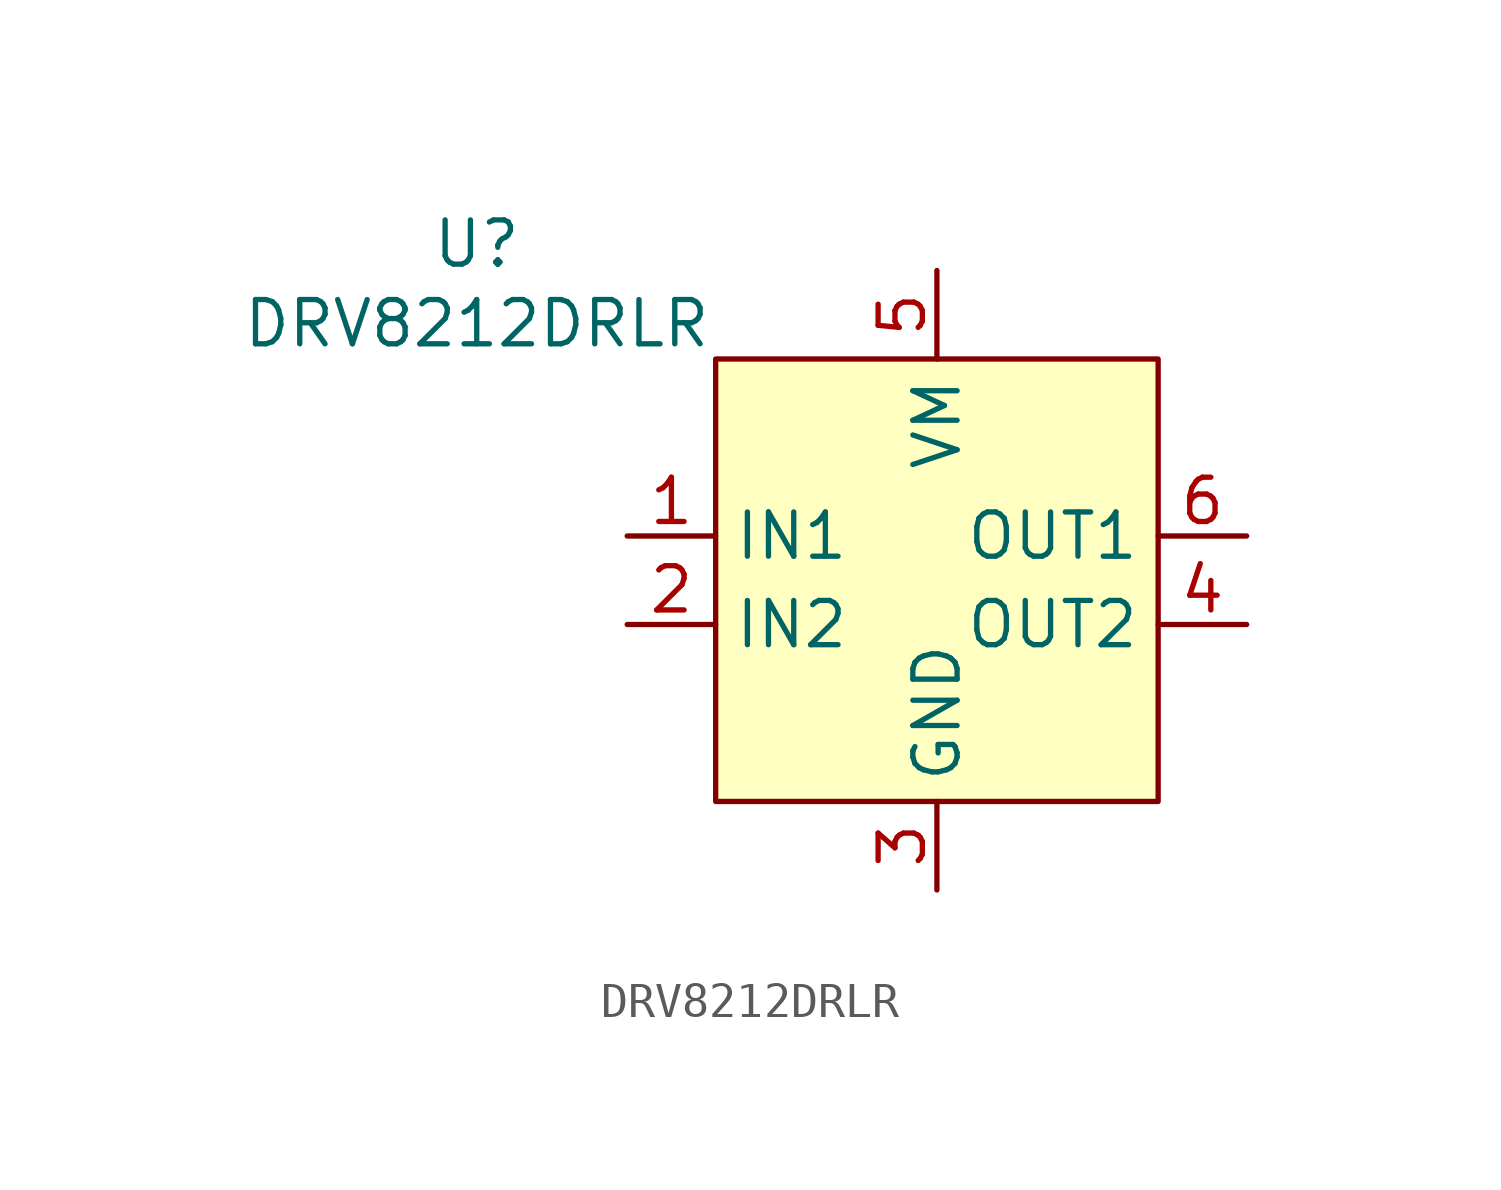
<source format=kicad_sym>
(kicad_symbol_lib
  (version 20241209)
  (generator "kicad_symbol_editor")
  (generator_version "9.0")
  (symbol "DRV8212DRLR"
    (property "Reference" "U"
      (at -13.208 3.302 0)
      (effects (font (size 1.27 1.27))))
    (property "Value" "DRV8212DRLR"
      (at -13.208 1.016 0)
      (effects (font (size 1.27 1.27))))
    (symbol "DRV8212DRLR_0_0"
      (pin input line (at -8.89 -5.08 0) (length 2.54) (name "IN1" (effects (font (size 1.27 1.27)))) (number "1" (effects (font (size 1.27 1.27)))))
      (pin input line (at -8.89 -7.62 0) (length 2.54) (name "IN2" (effects (font (size 1.27 1.27)))) (number "2" (effects (font (size 1.27 1.27)))))
      (pin power_in line (at 0 2.54 270) (length 2.54) (name "VM" (effects (font (size 1.27 1.27)))) (number "5" (effects (font (size 1.27 1.27)))))
      (pin power_in line (at 0 -15.24 90) (length 2.54) (name "GND" (effects (font (size 1.27 1.27)))) (number "3" (effects (font (size 1.27 1.27)))))
      (pin output line (at 8.89 -5.08 180) (length 2.54) (name "OUT1" (effects (font (size 1.27 1.27)))) (number "6" (effects (font (size 1.27 1.27)))))
      (pin output line (at 8.89 -7.62 180) (length 2.54) (name "OUT2" (effects (font (size 1.27 1.27)))) (number "4" (effects (font (size 1.27 1.27))))))
    (symbol "DRV8212DRLR_1_1"
      (rectangle (start -6.35 0) (end 6.35 -12.7) (stroke (width 0) (type solid)) (fill (type background))))))
</source>
